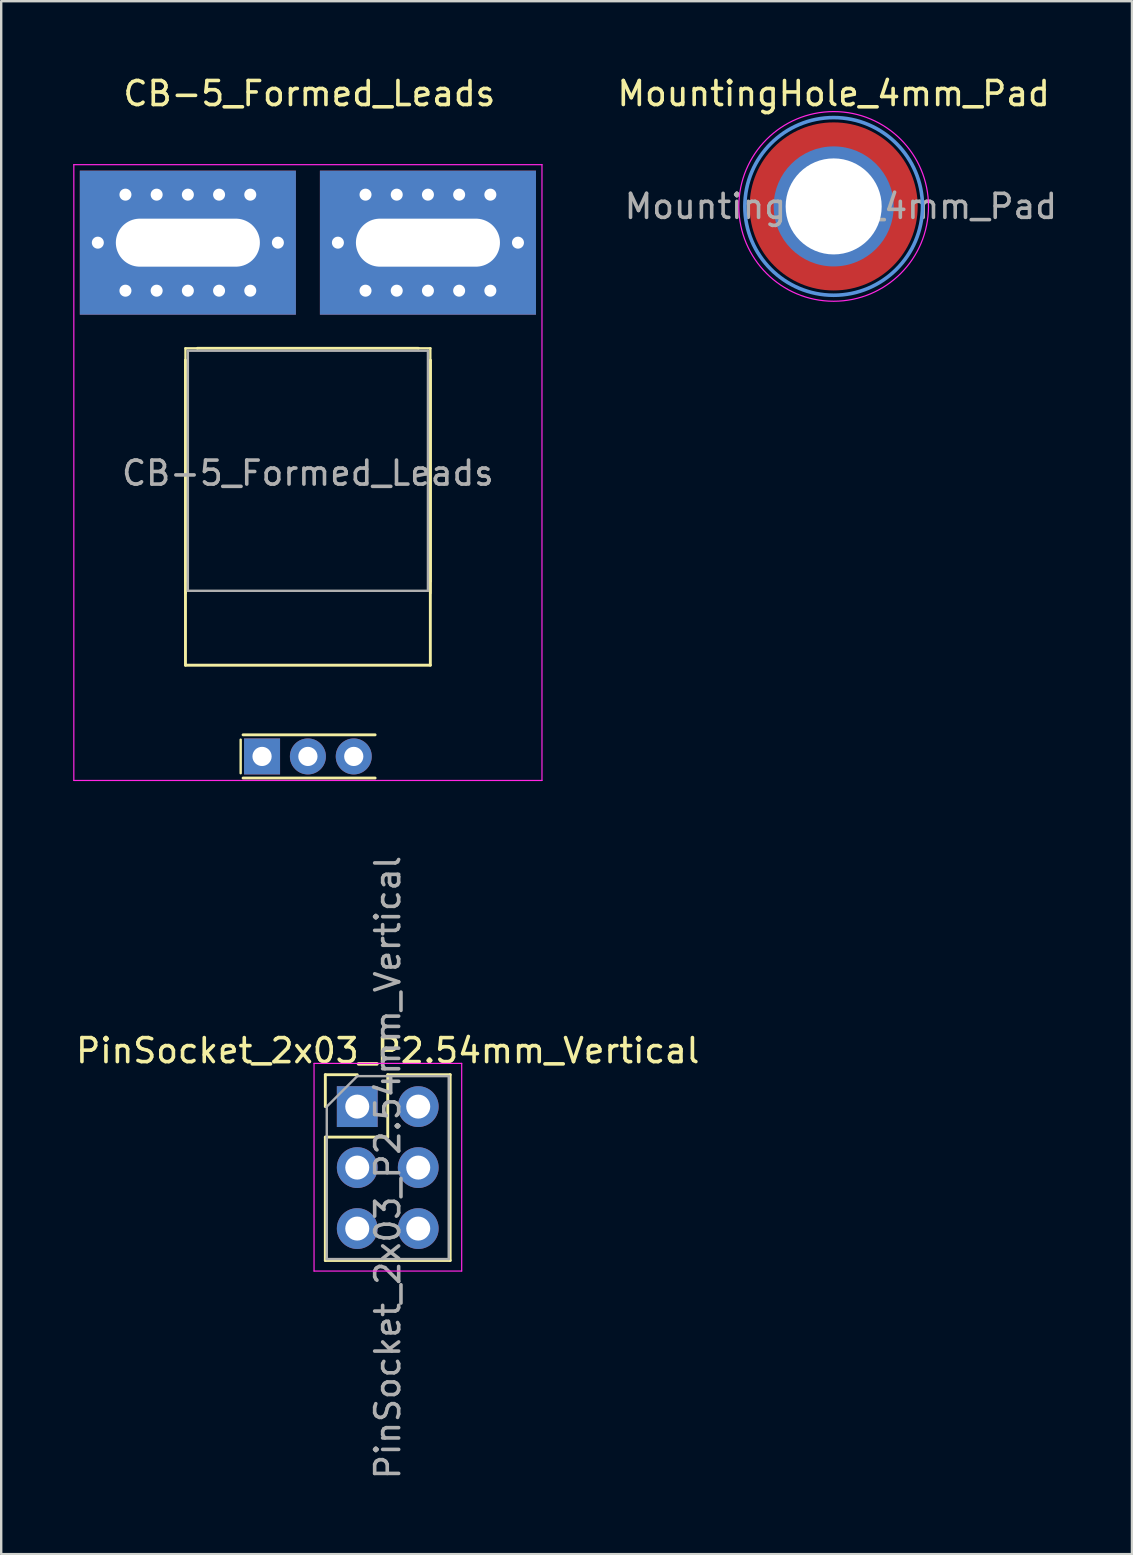
<source format=kicad_pcb>
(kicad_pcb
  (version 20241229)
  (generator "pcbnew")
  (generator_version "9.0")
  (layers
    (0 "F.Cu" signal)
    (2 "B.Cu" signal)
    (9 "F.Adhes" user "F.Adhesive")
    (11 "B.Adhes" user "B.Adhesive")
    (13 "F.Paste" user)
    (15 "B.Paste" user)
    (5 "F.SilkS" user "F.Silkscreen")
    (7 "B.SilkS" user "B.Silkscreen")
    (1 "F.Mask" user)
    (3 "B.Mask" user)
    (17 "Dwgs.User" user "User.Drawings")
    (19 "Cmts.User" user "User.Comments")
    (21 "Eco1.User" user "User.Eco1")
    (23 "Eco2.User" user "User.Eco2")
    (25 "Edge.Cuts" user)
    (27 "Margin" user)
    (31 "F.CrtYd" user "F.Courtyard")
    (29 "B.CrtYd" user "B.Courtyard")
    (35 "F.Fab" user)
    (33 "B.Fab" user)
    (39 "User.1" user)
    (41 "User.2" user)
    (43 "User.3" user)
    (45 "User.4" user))
  (footprint "MountingHole_4mm_Pad"
    (layer "F.Cu")
    (at 31.675 5.548)
    (property "Reference" "MountingHole_4mm_Pad" (at 0 -4.7 0) (layer "F.SilkS") (effects (font (size 1 1) (thickness 0.15))))
    (attr exclude_from_pos_files exclude_from_bom)
    (fp_circle (center 0 0) (end 3.7 0) (stroke (width 0.15) (type solid)) (fill no) (layer "Cmts.User"))
    (fp_circle (center 0 0) (end 3.95 0) (stroke (width 0.05) (type solid)) (fill no) (layer "F.CrtYd"))
    (fp_text user "${REFERENCE}" (at 0.3 0 0) (layer "F.Fab") (effects (font (size 1 1) (thickness 0.15))))
    (pad "1" thru_hole circle (at 0 0) (size 5 5) (drill 4) (layers "*.Cu" "*.Mask"))
    (pad "1" smd circle (at 0 0) (size 7 7) (layers "F.Cu" "F.Mask" "F.Paste")))
  (footprint "CB-5_Formed_Leads"
    (layer "F.Cu")
    (at 9.775 7.058)
    (property "Reference" "CB-5_Formed_Leads" (at 0.06 -6.21 0) (layer "F.SilkS") (effects (font (size 1 1) (thickness 0.15))))
    (attr through_hole)
    (fp_line (start -5.1 4.4) (end -5.1 4.9) (stroke (width 0.1) (type solid)) (layer "F.SilkS"))
    (fp_line (start -5.1 4.4) (end -4.6 4.4) (stroke (width 0.1) (type solid)) (layer "F.SilkS"))
    (fp_line (start -5.1 4.9) (end -5.1 14.1) (stroke (width 0.12) (type solid)) (layer "F.SilkS"))
    (fp_line (start -5.1 14.6) (end -5.1 14.1) (stroke (width 0.1) (type solid)) (layer "F.SilkS"))
    (fp_line (start -5.1 17.6) (end -5.1 4.9) (stroke (width 0.12) (type solid)) (layer "F.SilkS"))
    (fp_line (start -4.6 4.4) (end 4.6 4.4) (stroke (width 0.12) (type solid)) (layer "F.SilkS"))
    (fp_line (start -2.8 20.7) (end -2.8 22.1) (stroke (width 0.1) (type solid)) (layer "F.SilkS"))
    (fp_line (start -2.7 20.5) (end 2.8 20.5) (stroke (width 0.12) (type solid)) (layer "F.SilkS"))
    (fp_line (start -2.7 22.3) (end 2.8 22.3) (stroke (width 0.12) (type solid)) (layer "F.SilkS"))
    (fp_line (start 5.1 4.4) (end 4.6 4.4) (stroke (width 0.1) (type solid)) (layer "F.SilkS"))
    (fp_line (start 5.1 4.4) (end 5.1 4.9) (stroke (width 0.1) (type solid)) (layer "F.SilkS"))
    (fp_line (start 5.1 4.9) (end 5.1 14.1) (stroke (width 0.12) (type solid)) (layer "F.SilkS"))
    (fp_line (start 5.1 4.9) (end 5.1 17.6) (stroke (width 0.12) (type solid)) (layer "F.SilkS"))
    (fp_line (start 5.1 14.6) (end 5.1 14.1) (stroke (width 0.1) (type solid)) (layer "F.SilkS"))
    (fp_line (start 5.1 17.6) (end -5.1 17.6) (stroke (width 0.12) (type solid)) (layer "F.SilkS"))
    (fp_line (start -9.75 -3.25) (end -9.75 22.4) (stroke (width 0.05) (type solid)) (layer "F.CrtYd"))
    (fp_line (start 9.75 -3.25) (end -9.75 -3.25) (stroke (width 0.05) (type solid)) (layer "F.CrtYd"))
    (fp_line (start 9.75 -3.25) (end 9.75 22.4) (stroke (width 0.05) (type solid)) (layer "F.CrtYd"))
    (fp_line (start 9.75 22.4) (end -9.75 22.4) (stroke (width 0.05) (type solid)) (layer "F.CrtYd"))
    (fp_line (start -5 4.5) (end -5 14.5) (stroke (width 0.1) (type solid)) (layer "F.Fab"))
    (fp_line (start 5 4.5) (end -5 4.5) (stroke (width 0.1) (type solid)) (layer "F.Fab"))
    (fp_line (start 5 4.5) (end 5 14.5) (stroke (width 0.1) (type solid)) (layer "F.Fab"))
    (fp_line (start 5 14.5) (end -5 14.5) (stroke (width 0.1) (type solid)) (layer "F.Fab"))
    (fp_text user "${REFERENCE}" (at 0 9.6 0) (layer "F.Fab") (effects (font (size 1 1) (thickness 0.15))))
    (pad "1" thru_hole rect (at -1.91 21.4) (size 1.5 1.5) (drill 0.8) (layers "*.Cu" "*.Mask"))
    (pad "2" thru_hole circle (at 0 21.4) (size 1.5 1.5) (drill 0.8) (layers "*.Cu" "*.Mask"))
    (pad "3" thru_hole circle (at 1.91 21.4) (size 1.5 1.5) (drill 0.8) (layers "*.Cu" "*.Mask"))
    (pad "4" thru_hole circle (at 1.25 0) (size 0.5 0.5) (drill 0.5) (layers "*.Cu" "*.Mask"))
    (pad "4" thru_hole circle (at 2.4 -2) (size 0.5 0.5) (drill 0.5) (layers "*.Cu" "*.Mask"))
    (pad "4" thru_hole circle (at 2.4 2) (size 0.5 0.5) (drill 0.5) (layers "*.Cu" "*.Mask"))
    (pad "4" thru_hole circle (at 3.7 -2) (size 0.5 0.5) (drill 0.5) (layers "*.Cu" "*.Mask"))
    (pad "4" thru_hole circle (at 3.7 2) (size 0.5 0.5) (drill 0.5) (layers "*.Cu" "*.Mask"))
    (pad "4" thru_hole circle (at 5 -2) (size 0.5 0.5) (drill 0.5) (layers "*.Cu" "*.Mask"))
    (pad "4" thru_hole rect (at 5 0) (size 9 6) (drill oval 6 2) (layers "*.Cu" "*.Mask"))
    (pad "4" thru_hole circle (at 5 2) (size 0.5 0.5) (drill 0.5) (layers "*.Cu" "*.Mask"))
    (pad "4" thru_hole circle (at 6.3 -2) (size 0.5 0.5) (drill 0.5) (layers "*.Cu" "*.Mask"))
    (pad "4" thru_hole circle (at 6.3 2) (size 0.5 0.5) (drill 0.5) (layers "*.Cu" "*.Mask"))
    (pad "4" thru_hole circle (at 7.6 -2) (size 0.5 0.5) (drill 0.5) (layers "*.Cu" "*.Mask"))
    (pad "4" thru_hole circle (at 7.6 2) (size 0.5 0.5) (drill 0.5) (layers "*.Cu" "*.Mask"))
    (pad "4" thru_hole circle (at 8.75 0) (size 0.5 0.5) (drill 0.5) (layers "*.Cu" "*.Mask"))
    (pad "5" thru_hole circle (at -8.75 0) (size 0.5 0.5) (drill 0.5) (layers "*.Cu" "*.Mask"))
    (pad "5" thru_hole circle (at -7.6 -2) (size 0.5 0.5) (drill 0.5) (layers "*.Cu" "*.Mask"))
    (pad "5" thru_hole circle (at -7.6 2) (size 0.5 0.5) (drill 0.5) (layers "*.Cu" "*.Mask"))
    (pad "5" thru_hole circle (at -6.3 -2) (size 0.5 0.5) (drill 0.5) (layers "*.Cu" "*.Mask"))
    (pad "5" thru_hole circle (at -6.3 2) (size 0.5 0.5) (drill 0.5) (layers "*.Cu" "*.Mask"))
    (pad "5" thru_hole circle (at -5 -2) (size 0.5 0.5) (drill 0.5) (layers "*.Cu" "*.Mask"))
    (pad "5" thru_hole rect (at -5 0) (size 9 6) (drill oval 6 2) (layers "*.Cu" "*.Mask"))
    (pad "5" thru_hole circle (at -5 2) (size 0.5 0.5) (drill 0.5) (layers "*.Cu" "*.Mask"))
    (pad "5" thru_hole circle (at -3.7 -2) (size 0.5 0.5) (drill 0.5) (layers "*.Cu" "*.Mask"))
    (pad "5" thru_hole circle (at -3.7 2) (size 0.5 0.5) (drill 0.5) (layers "*.Cu" "*.Mask"))
    (pad "5" thru_hole circle (at -2.4 -2) (size 0.5 0.5) (drill 0.5) (layers "*.Cu" "*.Mask"))
    (pad "5" thru_hole circle (at -2.4 2) (size 0.5 0.5) (drill 0.5) (layers "*.Cu" "*.Mask"))
    (pad "5" thru_hole circle (at -1.25 0) (size 0.5 0.5) (drill 0.5) (layers "*.Cu" "*.Mask")))
  (footprint "PinSocket_2x03_P2.54mm_Vertical"
    (layer "F.Cu")
    (at 11.831 43.044)
    (property "Reference" "PinSocket_2x03_P2.54mm_Vertical" (at 1.27 -2.33 0) (layer "F.SilkS") (effects (font (size 1 1) (thickness 0.15))))
    (attr through_hole)
    (fp_line (start -1.33 -1.33) (end 0 -1.33) (stroke (width 0.12) (type solid)) (layer "F.SilkS"))
    (fp_line (start -1.33 0) (end -1.33 -1.33) (stroke (width 0.12) (type solid)) (layer "F.SilkS"))
    (fp_line (start -1.33 1.27) (end -1.33 6.41) (stroke (width 0.12) (type solid)) (layer "F.SilkS"))
    (fp_line (start -1.33 1.27) (end 1.27 1.27) (stroke (width 0.12) (type solid)) (layer "F.SilkS"))
    (fp_line (start -1.33 6.41) (end 3.87 6.41) (stroke (width 0.12) (type solid)) (layer "F.SilkS"))
    (fp_line (start 1.27 -1.33) (end 3.87 -1.33) (stroke (width 0.12) (type solid)) (layer "F.SilkS"))
    (fp_line (start 1.27 1.27) (end 1.27 -1.33) (stroke (width 0.12) (type solid)) (layer "F.SilkS"))
    (fp_line (start 3.87 -1.33) (end 3.87 6.41) (stroke (width 0.12) (type solid)) (layer "F.SilkS"))
    (fp_line (start -1.8 -1.8) (end -1.8 6.85) (stroke (width 0.05) (type solid)) (layer "F.CrtYd"))
    (fp_line (start -1.8 6.85) (end 4.35 6.85) (stroke (width 0.05) (type solid)) (layer "F.CrtYd"))
    (fp_line (start 4.35 -1.8) (end -1.8 -1.8) (stroke (width 0.05) (type solid)) (layer "F.CrtYd"))
    (fp_line (start 4.35 6.85) (end 4.35 -1.8) (stroke (width 0.05) (type solid)) (layer "F.CrtYd"))
    (fp_line (start -1.27 0) (end 0 -1.27) (stroke (width 0.1) (type solid)) (layer "F.Fab"))
    (fp_line (start -1.27 6.35) (end -1.27 0) (stroke (width 0.1) (type solid)) (layer "F.Fab"))
    (fp_line (start 0 -1.27) (end 3.81 -1.27) (stroke (width 0.1) (type solid)) (layer "F.Fab"))
    (fp_line (start 3.81 -1.27) (end 3.81 6.35) (stroke (width 0.1) (type solid)) (layer "F.Fab"))
    (fp_line (start 3.81 6.35) (end -1.27 6.35) (stroke (width 0.1) (type solid)) (layer "F.Fab"))
    (fp_text user "${REFERENCE}" (at 1.27 2.54 90) (layer "F.Fab") (effects (font (size 1 1) (thickness 0.15))))
    (pad "1" thru_hole rect (at 0 0) (size 1.7 1.7) (drill 1) (layers "*.Cu" "*.Mask"))
    (pad "2" thru_hole oval (at 2.54 0) (size 1.7 1.7) (drill 1) (layers "*.Cu" "*.Mask"))
    (pad "3" thru_hole oval (at 0 2.54) (size 1.7 1.7) (drill 1) (layers "*.Cu" "*.Mask"))
    (pad "4" thru_hole oval (at 2.54 2.54) (size 1.7 1.7) (drill 1) (layers "*.Cu" "*.Mask"))
    (pad "5" thru_hole oval (at 0 5.08) (size 1.7 1.7) (drill 1) (layers "*.Cu" "*.Mask"))
    (pad "6" thru_hole oval (at 2.54 5.08) (size 1.7 1.7) (drill 1) (layers "*.Cu" "*.Mask")))
  (gr_rect
    (start -3 -3)
    (end 44.1 61.686)
    (stroke (width 0.1) (type default))
    (fill no)
    (layer "Edge.Cuts")))
</source>
